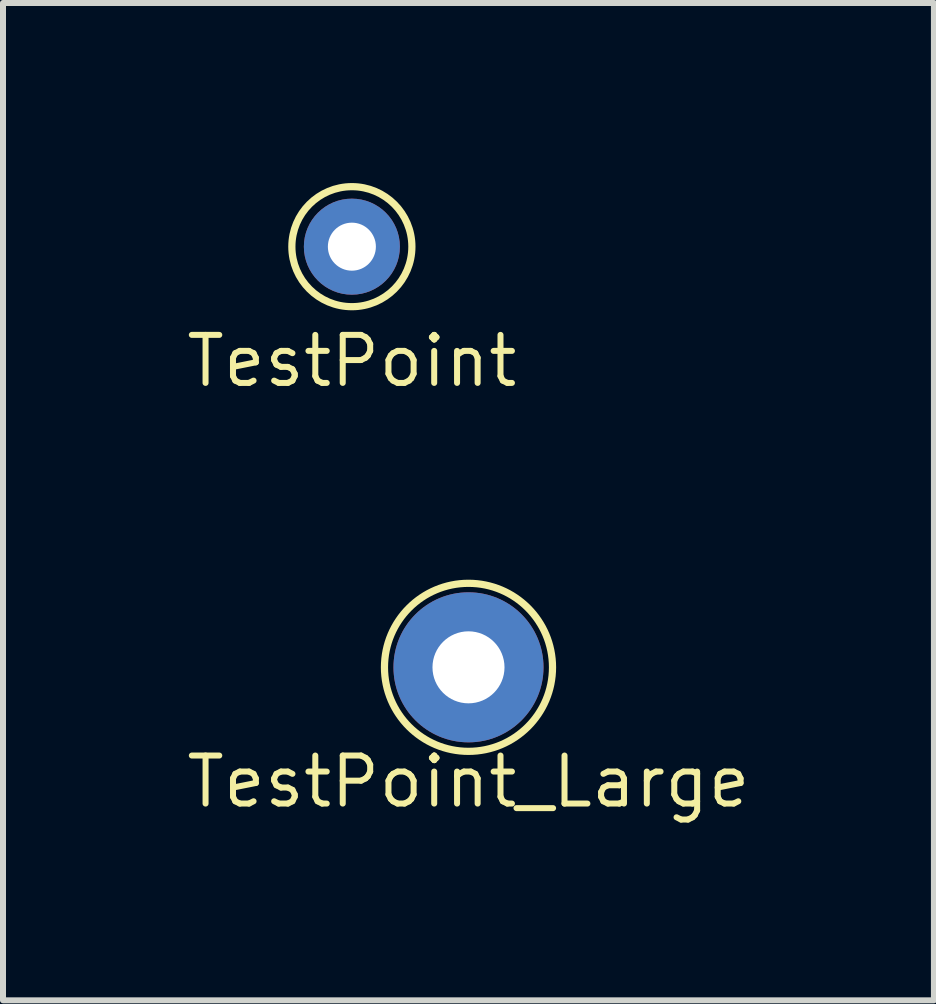
<source format=kicad_pcb>
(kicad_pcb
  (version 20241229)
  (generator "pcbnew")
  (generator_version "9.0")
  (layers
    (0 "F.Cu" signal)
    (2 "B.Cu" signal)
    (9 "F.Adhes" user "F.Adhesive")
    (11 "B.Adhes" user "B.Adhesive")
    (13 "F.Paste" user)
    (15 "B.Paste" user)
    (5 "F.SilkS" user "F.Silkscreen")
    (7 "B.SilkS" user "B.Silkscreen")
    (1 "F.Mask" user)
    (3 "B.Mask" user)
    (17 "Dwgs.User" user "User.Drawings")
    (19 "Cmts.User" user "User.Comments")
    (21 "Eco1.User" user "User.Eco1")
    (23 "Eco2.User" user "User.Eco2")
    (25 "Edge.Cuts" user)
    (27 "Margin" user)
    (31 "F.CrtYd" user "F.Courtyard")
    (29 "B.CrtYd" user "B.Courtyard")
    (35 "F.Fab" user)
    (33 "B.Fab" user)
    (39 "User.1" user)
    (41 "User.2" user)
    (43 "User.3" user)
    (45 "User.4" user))
  (footprint "TestPoint_Large"
    (layer "F.Cu")
    (at 4.756 8.069)
    (property "Reference" "TestPoint_Large" (at 0 1.905 180) (layer "F.SilkS") (effects (font (size 0.8 0.8) (thickness 0.1))))
    (attr through_hole)
    (fp_circle (center 0 0) (end 1.4 0) (stroke (width 0.12) (type solid)) (fill no) (layer "F.SilkS"))
    (pad "1" thru_hole circle (at 0 0) (size 2.5 2.5) (drill 1.2) (layers "*.Cu" "*.Mask")))
  (footprint "TestPoint"
    (layer "F.Cu")
    (at 2.813 1.06)
    (property "Reference" "TestPoint" (at 0 1.905 180) (layer "F.SilkS") (effects (font (size 0.8 0.8) (thickness 0.1))))
    (attr through_hole)
    (fp_circle (center 0 0) (end 1 0) (stroke (width 0.12) (type solid)) (fill no) (layer "F.SilkS"))
    (pad "1" thru_hole circle (at 0 0) (size 1.6 1.6) (drill 0.8) (layers "*.Cu" "*.Mask")))
  (gr_rect
    (start -3 -3)
    (end 12.511 13.617)
    (stroke (width 0.1) (type default))
    (fill no)
    (layer "Edge.Cuts")))
</source>
